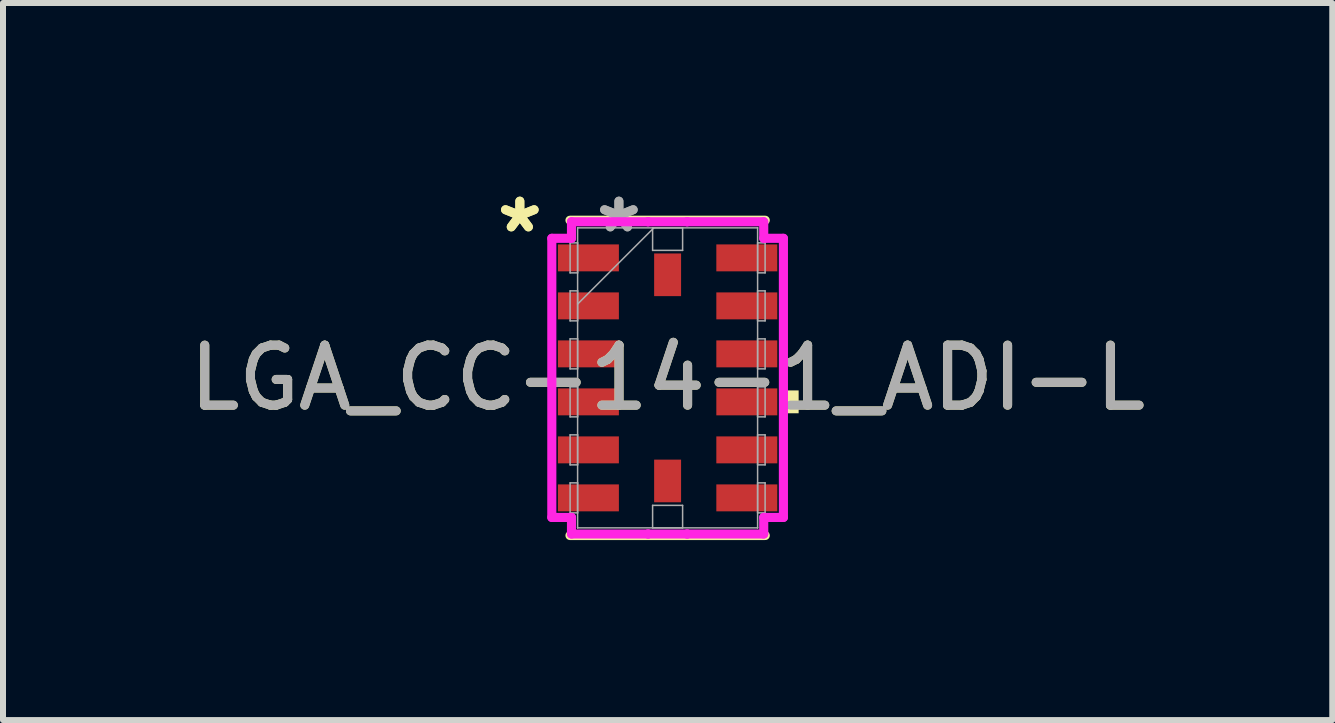
<source format=kicad_pcb>
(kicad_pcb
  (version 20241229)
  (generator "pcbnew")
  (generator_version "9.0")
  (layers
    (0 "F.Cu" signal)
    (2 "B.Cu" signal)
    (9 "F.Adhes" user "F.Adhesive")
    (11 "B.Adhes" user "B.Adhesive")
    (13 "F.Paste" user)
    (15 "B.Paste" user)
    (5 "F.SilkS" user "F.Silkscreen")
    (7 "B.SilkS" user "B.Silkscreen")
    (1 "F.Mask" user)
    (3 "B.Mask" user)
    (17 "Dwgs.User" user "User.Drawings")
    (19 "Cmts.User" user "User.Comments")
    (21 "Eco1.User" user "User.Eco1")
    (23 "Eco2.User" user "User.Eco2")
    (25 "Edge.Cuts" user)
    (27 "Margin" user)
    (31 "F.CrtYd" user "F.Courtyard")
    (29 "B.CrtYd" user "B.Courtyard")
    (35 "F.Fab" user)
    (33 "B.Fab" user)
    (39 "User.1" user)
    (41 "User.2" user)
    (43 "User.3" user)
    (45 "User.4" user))
  (footprint "LGA_CC-14-1_ADI-L"
    (layer "F.Cu")
    (at 8.077 3.248)
    (property "Reference" "LGA_CC-14-1_ADI-L" (at 0 0 0) (unlocked yes) (layer "F.SilkS") (effects (font (size 1 1) (thickness 0.15))))
    (attr smd)
    (fp_line (start -1.627 2.627) (end 1.627 2.627) (stroke (width 0.152) (type solid)) (layer "F.SilkS"))
    (fp_line (start 1.627 -2.627) (end -1.627 -2.627) (stroke (width 0.152) (type solid)) (layer "F.SilkS"))
    (fp_poly (pts (xy 2.184 0.209) (xy 2.184 0.59) (xy 1.93 0.59) (xy 1.93 0.209)) (stroke (width 0) (type solid)) (fill yes) (layer "F.SilkS"))
    (fp_line (start -1.93 -2.326) (end -1.602 -2.326) (stroke (width 0.152) (type solid)) (layer "F.CrtYd"))
    (fp_line (start -1.93 2.326) (end -1.93 -2.326) (stroke (width 0.152) (type solid)) (layer "F.CrtYd"))
    (fp_line (start -1.602 -2.602) (end -0.326 -2.602) (stroke (width 0.152) (type solid)) (layer "F.CrtYd"))
    (fp_line (start -1.602 -2.326) (end -1.602 -2.602) (stroke (width 0.152) (type solid)) (layer "F.CrtYd"))
    (fp_line (start -1.602 2.326) (end -1.93 2.326) (stroke (width 0.152) (type solid)) (layer "F.CrtYd"))
    (fp_line (start -1.602 2.602) (end -1.602 2.326) (stroke (width 0.152) (type solid)) (layer "F.CrtYd"))
    (fp_line (start -0.326 -2.602) (end -0.326 -2.602) (stroke (width 0.152) (type solid)) (layer "F.CrtYd"))
    (fp_line (start -0.326 -2.602) (end 0.326 -2.602) (stroke (width 0.152) (type solid)) (layer "F.CrtYd"))
    (fp_line (start -0.326 2.602) (end -1.602 2.602) (stroke (width 0.152) (type solid)) (layer "F.CrtYd"))
    (fp_line (start -0.326 2.602) (end -0.326 2.602) (stroke (width 0.152) (type solid)) (layer "F.CrtYd"))
    (fp_line (start 0.326 -2.602) (end 0.326 -2.602) (stroke (width 0.152) (type solid)) (layer "F.CrtYd"))
    (fp_line (start 0.326 -2.602) (end 1.602 -2.602) (stroke (width 0.152) (type solid)) (layer "F.CrtYd"))
    (fp_line (start 0.326 2.602) (end -0.326 2.602) (stroke (width 0.152) (type solid)) (layer "F.CrtYd"))
    (fp_line (start 0.326 2.602) (end 0.326 2.602) (stroke (width 0.152) (type solid)) (layer "F.CrtYd"))
    (fp_line (start 1.602 -2.602) (end 1.602 -2.326) (stroke (width 0.152) (type solid)) (layer "F.CrtYd"))
    (fp_line (start 1.602 -2.326) (end 1.93 -2.326) (stroke (width 0.152) (type solid)) (layer "F.CrtYd"))
    (fp_line (start 1.602 2.326) (end 1.602 2.602) (stroke (width 0.152) (type solid)) (layer "F.CrtYd"))
    (fp_line (start 1.602 2.602) (end 0.326 2.602) (stroke (width 0.152) (type solid)) (layer "F.CrtYd"))
    (fp_line (start 1.93 -2.326) (end 1.93 2.326) (stroke (width 0.152) (type solid)) (layer "F.CrtYd"))
    (fp_line (start 1.93 2.326) (end 1.602 2.326) (stroke (width 0.152) (type solid)) (layer "F.CrtYd"))
    (fp_line (start -1.625 -2.25) (end -1.625 -1.75) (stroke (width 0.025) (type solid)) (layer "F.Fab"))
    (fp_line (start -1.625 -1.75) (end -1.5 -1.75) (stroke (width 0.025) (type solid)) (layer "F.Fab"))
    (fp_line (start -1.625 -1.45) (end -1.625 -0.95) (stroke (width 0.025) (type solid)) (layer "F.Fab"))
    (fp_line (start -1.625 -0.95) (end -1.5 -0.95) (stroke (width 0.025) (type solid)) (layer "F.Fab"))
    (fp_line (start -1.625 -0.65) (end -1.625 -0.15) (stroke (width 0.025) (type solid)) (layer "F.Fab"))
    (fp_line (start -1.625 -0.15) (end -1.5 -0.15) (stroke (width 0.025) (type solid)) (layer "F.Fab"))
    (fp_line (start -1.625 0.15) (end -1.625 0.65) (stroke (width 0.025) (type solid)) (layer "F.Fab"))
    (fp_line (start -1.625 0.65) (end -1.5 0.65) (stroke (width 0.025) (type solid)) (layer "F.Fab"))
    (fp_line (start -1.625 0.95) (end -1.625 1.45) (stroke (width 0.025) (type solid)) (layer "F.Fab"))
    (fp_line (start -1.625 1.45) (end -1.5 1.45) (stroke (width 0.025) (type solid)) (layer "F.Fab"))
    (fp_line (start -1.625 1.75) (end -1.625 2.25) (stroke (width 0.025) (type solid)) (layer "F.Fab"))
    (fp_line (start -1.625 2.25) (end -1.5 2.25) (stroke (width 0.025) (type solid)) (layer "F.Fab"))
    (fp_line (start -1.5 -2.5) (end -1.5 -2.5) (stroke (width 0.025) (type solid)) (layer "F.Fab"))
    (fp_line (start -1.5 -2.5) (end -1.5 2.5) (stroke (width 0.025) (type solid)) (layer "F.Fab"))
    (fp_line (start -1.5 -2.25) (end -1.625 -2.25) (stroke (width 0.025) (type solid)) (layer "F.Fab"))
    (fp_line (start -1.5 -1.75) (end -1.5 -2.25) (stroke (width 0.025) (type solid)) (layer "F.Fab"))
    (fp_line (start -1.5 -1.45) (end -1.625 -1.45) (stroke (width 0.025) (type solid)) (layer "F.Fab"))
    (fp_line (start -1.5 -1.23) (end -0.23 -2.5) (stroke (width 0.025) (type solid)) (layer "F.Fab"))
    (fp_line (start -1.5 -0.95) (end -1.5 -1.45) (stroke (width 0.025) (type solid)) (layer "F.Fab"))
    (fp_line (start -1.5 -0.65) (end -1.625 -0.65) (stroke (width 0.025) (type solid)) (layer "F.Fab"))
    (fp_line (start -1.5 -0.15) (end -1.5 -0.65) (stroke (width 0.025) (type solid)) (layer "F.Fab"))
    (fp_line (start -1.5 0.15) (end -1.625 0.15) (stroke (width 0.025) (type solid)) (layer "F.Fab"))
    (fp_line (start -1.5 0.65) (end -1.5 0.15) (stroke (width 0.025) (type solid)) (layer "F.Fab"))
    (fp_line (start -1.5 0.95) (end -1.625 0.95) (stroke (width 0.025) (type solid)) (layer "F.Fab"))
    (fp_line (start -1.5 1.45) (end -1.5 0.95) (stroke (width 0.025) (type solid)) (layer "F.Fab"))
    (fp_line (start -1.5 1.75) (end -1.625 1.75) (stroke (width 0.025) (type solid)) (layer "F.Fab"))
    (fp_line (start -1.5 2.25) (end -1.5 1.75) (stroke (width 0.025) (type solid)) (layer "F.Fab"))
    (fp_line (start -1.5 2.5) (end -1.5 2.5) (stroke (width 0.025) (type solid)) (layer "F.Fab"))
    (fp_line (start -1.5 2.5) (end 1.5 2.5) (stroke (width 0.025) (type solid)) (layer "F.Fab"))
    (fp_line (start -0.25 -2.5) (end 0.25 -2.5) (stroke (width 0.025) (type solid)) (layer "F.Fab"))
    (fp_line (start -0.25 -2.125) (end -0.25 -2.5) (stroke (width 0.025) (type solid)) (layer "F.Fab"))
    (fp_line (start -0.25 2.125) (end 0.25 2.125) (stroke (width 0.025) (type solid)) (layer "F.Fab"))
    (fp_line (start -0.25 2.5) (end -0.25 2.125) (stroke (width 0.025) (type solid)) (layer "F.Fab"))
    (fp_line (start 0.25 -2.5) (end 0.25 -2.125) (stroke (width 0.025) (type solid)) (layer "F.Fab"))
    (fp_line (start 0.25 -2.125) (end -0.25 -2.125) (stroke (width 0.025) (type solid)) (layer "F.Fab"))
    (fp_line (start 0.25 2.125) (end 0.25 2.5) (stroke (width 0.025) (type solid)) (layer "F.Fab"))
    (fp_line (start 0.25 2.5) (end -0.25 2.5) (stroke (width 0.025) (type solid)) (layer "F.Fab"))
    (fp_line (start 1.5 -2.5) (end -1.5 -2.5) (stroke (width 0.025) (type solid)) (layer "F.Fab"))
    (fp_line (start 1.5 -2.5) (end 1.5 -2.5) (stroke (width 0.025) (type solid)) (layer "F.Fab"))
    (fp_line (start 1.5 -2.25) (end 1.5 -1.75) (stroke (width 0.025) (type solid)) (layer "F.Fab"))
    (fp_line (start 1.5 -1.75) (end 1.625 -1.75) (stroke (width 0.025) (type solid)) (layer "F.Fab"))
    (fp_line (start 1.5 -1.45) (end 1.5 -0.95) (stroke (width 0.025) (type solid)) (layer "F.Fab"))
    (fp_line (start 1.5 -0.95) (end 1.625 -0.95) (stroke (width 0.025) (type solid)) (layer "F.Fab"))
    (fp_line (start 1.5 -0.65) (end 1.5 -0.15) (stroke (width 0.025) (type solid)) (layer "F.Fab"))
    (fp_line (start 1.5 -0.15) (end 1.625 -0.15) (stroke (width 0.025) (type solid)) (layer "F.Fab"))
    (fp_line (start 1.5 0.15) (end 1.5 0.65) (stroke (width 0.025) (type solid)) (layer "F.Fab"))
    (fp_line (start 1.5 0.65) (end 1.625 0.65) (stroke (width 0.025) (type solid)) (layer "F.Fab"))
    (fp_line (start 1.5 0.95) (end 1.5 1.45) (stroke (width 0.025) (type solid)) (layer "F.Fab"))
    (fp_line (start 1.5 1.45) (end 1.625 1.45) (stroke (width 0.025) (type solid)) (layer "F.Fab"))
    (fp_line (start 1.5 1.75) (end 1.5 2.25) (stroke (width 0.025) (type solid)) (layer "F.Fab"))
    (fp_line (start 1.5 2.25) (end 1.625 2.25) (stroke (width 0.025) (type solid)) (layer "F.Fab"))
    (fp_line (start 1.5 2.5) (end 1.5 -2.5) (stroke (width 0.025) (type solid)) (layer "F.Fab"))
    (fp_line (start 1.5 2.5) (end 1.5 2.5) (stroke (width 0.025) (type solid)) (layer "F.Fab"))
    (fp_line (start 1.625 -2.25) (end 1.5 -2.25) (stroke (width 0.025) (type solid)) (layer "F.Fab"))
    (fp_line (start 1.625 -1.75) (end 1.625 -2.25) (stroke (width 0.025) (type solid)) (layer "F.Fab"))
    (fp_line (start 1.625 -1.45) (end 1.5 -1.45) (stroke (width 0.025) (type solid)) (layer "F.Fab"))
    (fp_line (start 1.625 -0.95) (end 1.625 -1.45) (stroke (width 0.025) (type solid)) (layer "F.Fab"))
    (fp_line (start 1.625 -0.65) (end 1.5 -0.65) (stroke (width 0.025) (type solid)) (layer "F.Fab"))
    (fp_line (start 1.625 -0.15) (end 1.625 -0.65) (stroke (width 0.025) (type solid)) (layer "F.Fab"))
    (fp_line (start 1.625 0.15) (end 1.5 0.15) (stroke (width 0.025) (type solid)) (layer "F.Fab"))
    (fp_line (start 1.625 0.65) (end 1.625 0.15) (stroke (width 0.025) (type solid)) (layer "F.Fab"))
    (fp_line (start 1.625 0.95) (end 1.5 0.95) (stroke (width 0.025) (type solid)) (layer "F.Fab"))
    (fp_line (start 1.625 1.45) (end 1.625 0.95) (stroke (width 0.025) (type solid)) (layer "F.Fab"))
    (fp_line (start 1.625 1.75) (end 1.5 1.75) (stroke (width 0.025) (type solid)) (layer "F.Fab"))
    (fp_line (start 1.625 2.25) (end 1.625 1.75) (stroke (width 0.025) (type solid)) (layer "F.Fab"))
    (fp_text user "*" (at -2.463 -2.4 0) (layer "F.SilkS") (effects (font (size 1 1) (thickness 0.15))))
    (fp_text user "*" (at -2.463 -2.4 0) (unlocked yes) (layer "F.SilkS") (effects (font (size 1 1) (thickness 0.15))))
    (fp_text user "*" (at -0.812 -2.4 0) (unlocked yes) (layer "F.Fab") (effects (font (size 1 1) (thickness 0.15))))
    (fp_text user "*" (at -0.812 -2.4 0) (layer "F.Fab") (effects (font (size 1 1) (thickness 0.15))))
    (fp_text user "${REFERENCE}" (at 0 0 0) (unlocked yes) (layer "F.Fab") (effects (font (size 1 1) (thickness 0.15))))
    (pad "1" smd rect (at -1.32 -2 90) (size 0.449 1.016) (layers "F.Cu" "F.Mask" "F.Paste"))
    (pad "2" smd rect (at -1.32 -1.2 90) (size 0.449 1.016) (layers "F.Cu" "F.Mask" "F.Paste"))
    (pad "3" smd rect (at -1.32 -0.4 90) (size 0.449 1.016) (layers "F.Cu" "F.Mask" "F.Paste"))
    (pad "4" smd rect (at -1.32 0.4 90) (size 0.449 1.016) (layers "F.Cu" "F.Mask" "F.Paste"))
    (pad "5" smd rect (at -1.32 1.2 90) (size 0.449 1.016) (layers "F.Cu" "F.Mask" "F.Paste"))
    (pad "6" smd rect (at -1.32 2 90) (size 0.449 1.016) (layers "F.Cu" "F.Mask" "F.Paste"))
    (pad "7" smd rect (at 0 1.718) (size 0.449 0.711) (layers "F.Cu" "F.Mask" "F.Paste"))
    (pad "8" smd rect (at 1.32 2 90) (size 0.449 1.016) (layers "F.Cu" "F.Mask" "F.Paste"))
    (pad "9" smd rect (at 1.32 1.2 90) (size 0.449 1.016) (layers "F.Cu" "F.Mask" "F.Paste"))
    (pad "10" smd rect (at 1.32 0.4 90) (size 0.449 1.016) (layers "F.Cu" "F.Mask" "F.Paste"))
    (pad "11" smd rect (at 1.32 -0.4 90) (size 0.449 1.016) (layers "F.Cu" "F.Mask" "F.Paste"))
    (pad "12" smd rect (at 1.32 -1.2 90) (size 0.449 1.016) (layers "F.Cu" "F.Mask" "F.Paste"))
    (pad "13" smd rect (at 1.32 -2 90) (size 0.449 1.016) (layers "F.Cu" "F.Mask" "F.Paste"))
    (pad "14" smd rect (at 0 -1.718) (size 0.449 0.711) (layers "F.Cu" "F.Mask" "F.Paste")))
  (gr_rect
    (start -3 -3)
    (end 19.155 8.951)
    (stroke (width 0.1) (type default))
    (fill no)
    (layer "Edge.Cuts")))
</source>
